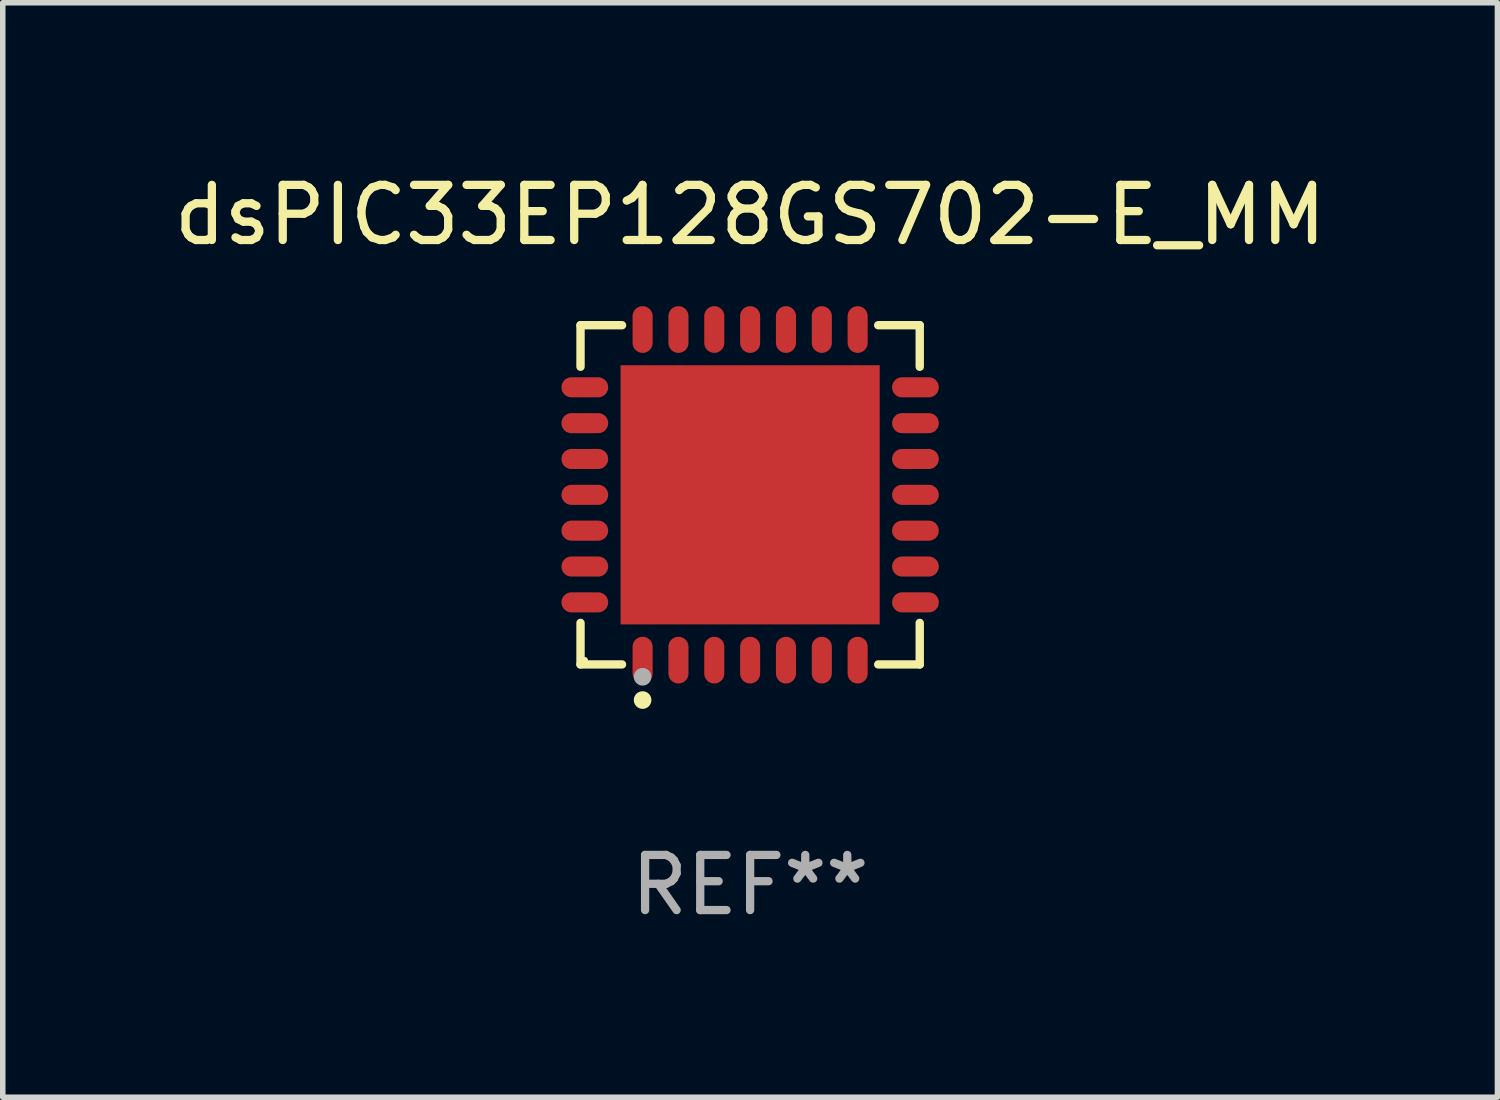
<source format=kicad_pcb>
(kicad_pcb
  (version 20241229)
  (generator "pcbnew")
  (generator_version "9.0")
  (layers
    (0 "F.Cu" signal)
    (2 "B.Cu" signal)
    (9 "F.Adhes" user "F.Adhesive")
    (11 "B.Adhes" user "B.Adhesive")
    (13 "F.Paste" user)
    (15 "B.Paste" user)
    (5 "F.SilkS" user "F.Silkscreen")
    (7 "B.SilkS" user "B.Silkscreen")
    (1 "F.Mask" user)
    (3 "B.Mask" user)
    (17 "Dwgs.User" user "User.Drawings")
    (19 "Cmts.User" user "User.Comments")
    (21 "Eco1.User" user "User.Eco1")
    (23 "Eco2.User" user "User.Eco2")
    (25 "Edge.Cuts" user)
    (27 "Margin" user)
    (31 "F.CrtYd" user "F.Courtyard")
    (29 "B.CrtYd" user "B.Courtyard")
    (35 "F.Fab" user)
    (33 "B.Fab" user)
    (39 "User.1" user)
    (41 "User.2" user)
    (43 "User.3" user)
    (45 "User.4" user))
  (footprint "dsPIC33EP128GS702-E_MM"
    (layer "F.Cu")
    (at 10.554 5.924)
    (property "Reference" "dsPIC33EP128GS702-E_MM" (at 0 -5.076 0) (layer "F.SilkS") (effects (font (size 1 1) (thickness 0.15))))
    (attr through_hole)
    (fp_line (start -3.076 -3.076) (end -2.323 -3.076) (stroke (width 0.152) (type solid)) (layer "F.SilkS"))
    (fp_line (start -3.076 -2.323) (end -3.076 -3.076) (stroke (width 0.152) (type solid)) (layer "F.SilkS"))
    (fp_line (start -3.076 2.323) (end -3.076 3.076) (stroke (width 0.152) (type solid)) (layer "F.SilkS"))
    (fp_line (start -3.076 3.076) (end -2.323 3.076) (stroke (width 0.152) (type solid)) (layer "F.SilkS"))
    (fp_line (start 3.076 -3.076) (end 2.323 -3.076) (stroke (width 0.152) (type solid)) (layer "F.SilkS"))
    (fp_line (start 3.076 -2.323) (end 3.076 -3.076) (stroke (width 0.152) (type solid)) (layer "F.SilkS"))
    (fp_line (start 3.076 2.323) (end 3.076 3.076) (stroke (width 0.152) (type solid)) (layer "F.SilkS"))
    (fp_line (start 3.076 3.076) (end 2.323 3.076) (stroke (width 0.152) (type solid)) (layer "F.SilkS"))
    (fp_circle (center -3 3) (end -2.97 3) (stroke (width 0.06) (type solid)) (fill no) (layer "F.SilkS"))
    (fp_circle (center -1.95 3.722) (end -1.87 3.722) (stroke (width 0.16) (type solid)) (fill no) (layer "F.SilkS"))
    (fp_circle (center -1.95 3.3) (end -1.87 3.3) (stroke (width 0.16) (type solid)) (fill no) (layer "F.Fab"))
    (fp_text user "REF**" (at 0 7.076 0) (layer "F.Fab") (effects (font (size 1 1) (thickness 0.15))))
    (pad "1" smd oval (at -1.95 2.998) (size 0.364 0.847) (layers "F.Cu" "F.Mask" "F.Paste"))
    (pad "2" smd oval (at -1.3 2.998) (size 0.364 0.847) (layers "F.Cu" "F.Mask" "F.Paste"))
    (pad "3" smd oval (at -0.65 2.998) (size 0.364 0.847) (layers "F.Cu" "F.Mask" "F.Paste"))
    (pad "4" smd oval (at 0 2.998) (size 0.364 0.847) (layers "F.Cu" "F.Mask" "F.Paste"))
    (pad "5" smd oval (at 0.65 2.998) (size 0.364 0.847) (layers "F.Cu" "F.Mask" "F.Paste"))
    (pad "6" smd oval (at 1.3 2.998) (size 0.364 0.847) (layers "F.Cu" "F.Mask" "F.Paste"))
    (pad "7" smd oval (at 1.95 2.998) (size 0.364 0.847) (layers "F.Cu" "F.Mask" "F.Paste"))
    (pad "8" smd oval (at 2.998 1.95) (size 0.847 0.364) (layers "F.Cu" "F.Mask" "F.Paste"))
    (pad "9" smd oval (at 2.998 1.3) (size 0.847 0.364) (layers "F.Cu" "F.Mask" "F.Paste"))
    (pad "10" smd oval (at 2.998 0.65) (size 0.847 0.364) (layers "F.Cu" "F.Mask" "F.Paste"))
    (pad "11" smd oval (at 2.998 0) (size 0.847 0.364) (layers "F.Cu" "F.Mask" "F.Paste"))
    (pad "12" smd oval (at 2.998 -0.65) (size 0.847 0.364) (layers "F.Cu" "F.Mask" "F.Paste"))
    (pad "13" smd oval (at 2.998 -1.3) (size 0.847 0.364) (layers "F.Cu" "F.Mask" "F.Paste"))
    (pad "14" smd oval (at 2.998 -1.95) (size 0.847 0.364) (layers "F.Cu" "F.Mask" "F.Paste"))
    (pad "15" smd oval (at 1.95 -2.998) (size 0.364 0.847) (layers "F.Cu" "F.Mask" "F.Paste"))
    (pad "16" smd oval (at 1.3 -2.998) (size 0.364 0.847) (layers "F.Cu" "F.Mask" "F.Paste"))
    (pad "17" smd oval (at 0.65 -2.998) (size 0.364 0.847) (layers "F.Cu" "F.Mask" "F.Paste"))
    (pad "18" smd oval (at 0 -2.998) (size 0.364 0.847) (layers "F.Cu" "F.Mask" "F.Paste"))
    (pad "19" smd oval (at -0.65 -2.998) (size 0.364 0.847) (layers "F.Cu" "F.Mask" "F.Paste"))
    (pad "20" smd oval (at -1.3 -2.998) (size 0.364 0.847) (layers "F.Cu" "F.Mask" "F.Paste"))
    (pad "21" smd oval (at -1.95 -2.998) (size 0.364 0.847) (layers "F.Cu" "F.Mask" "F.Paste"))
    (pad "22" smd oval (at -2.998 -1.95) (size 0.847 0.364) (layers "F.Cu" "F.Mask" "F.Paste"))
    (pad "23" smd oval (at -2.998 -1.3) (size 0.847 0.364) (layers "F.Cu" "F.Mask" "F.Paste"))
    (pad "24" smd oval (at -2.998 -0.65) (size 0.847 0.364) (layers "F.Cu" "F.Mask" "F.Paste"))
    (pad "25" smd oval (at -2.998 0) (size 0.847 0.364) (layers "F.Cu" "F.Mask" "F.Paste"))
    (pad "26" smd oval (at -2.998 0.65) (size 0.847 0.364) (layers "F.Cu" "F.Mask" "F.Paste"))
    (pad "27" smd oval (at -2.998 1.3) (size 0.847 0.364) (layers "F.Cu" "F.Mask" "F.Paste"))
    (pad "28" smd oval (at -2.998 1.95) (size 0.847 0.364) (layers "F.Cu" "F.Mask" "F.Paste"))
    (pad "29" smd rect (at 0 0) (size 4.7 4.7) (layers "F.Cu" "F.Mask" "F.Paste")))
  (gr_rect
    (start -3 -3)
    (end 24.107 16.849)
    (stroke (width 0.1) (type default))
    (fill no)
    (layer "Edge.Cuts")))
</source>
